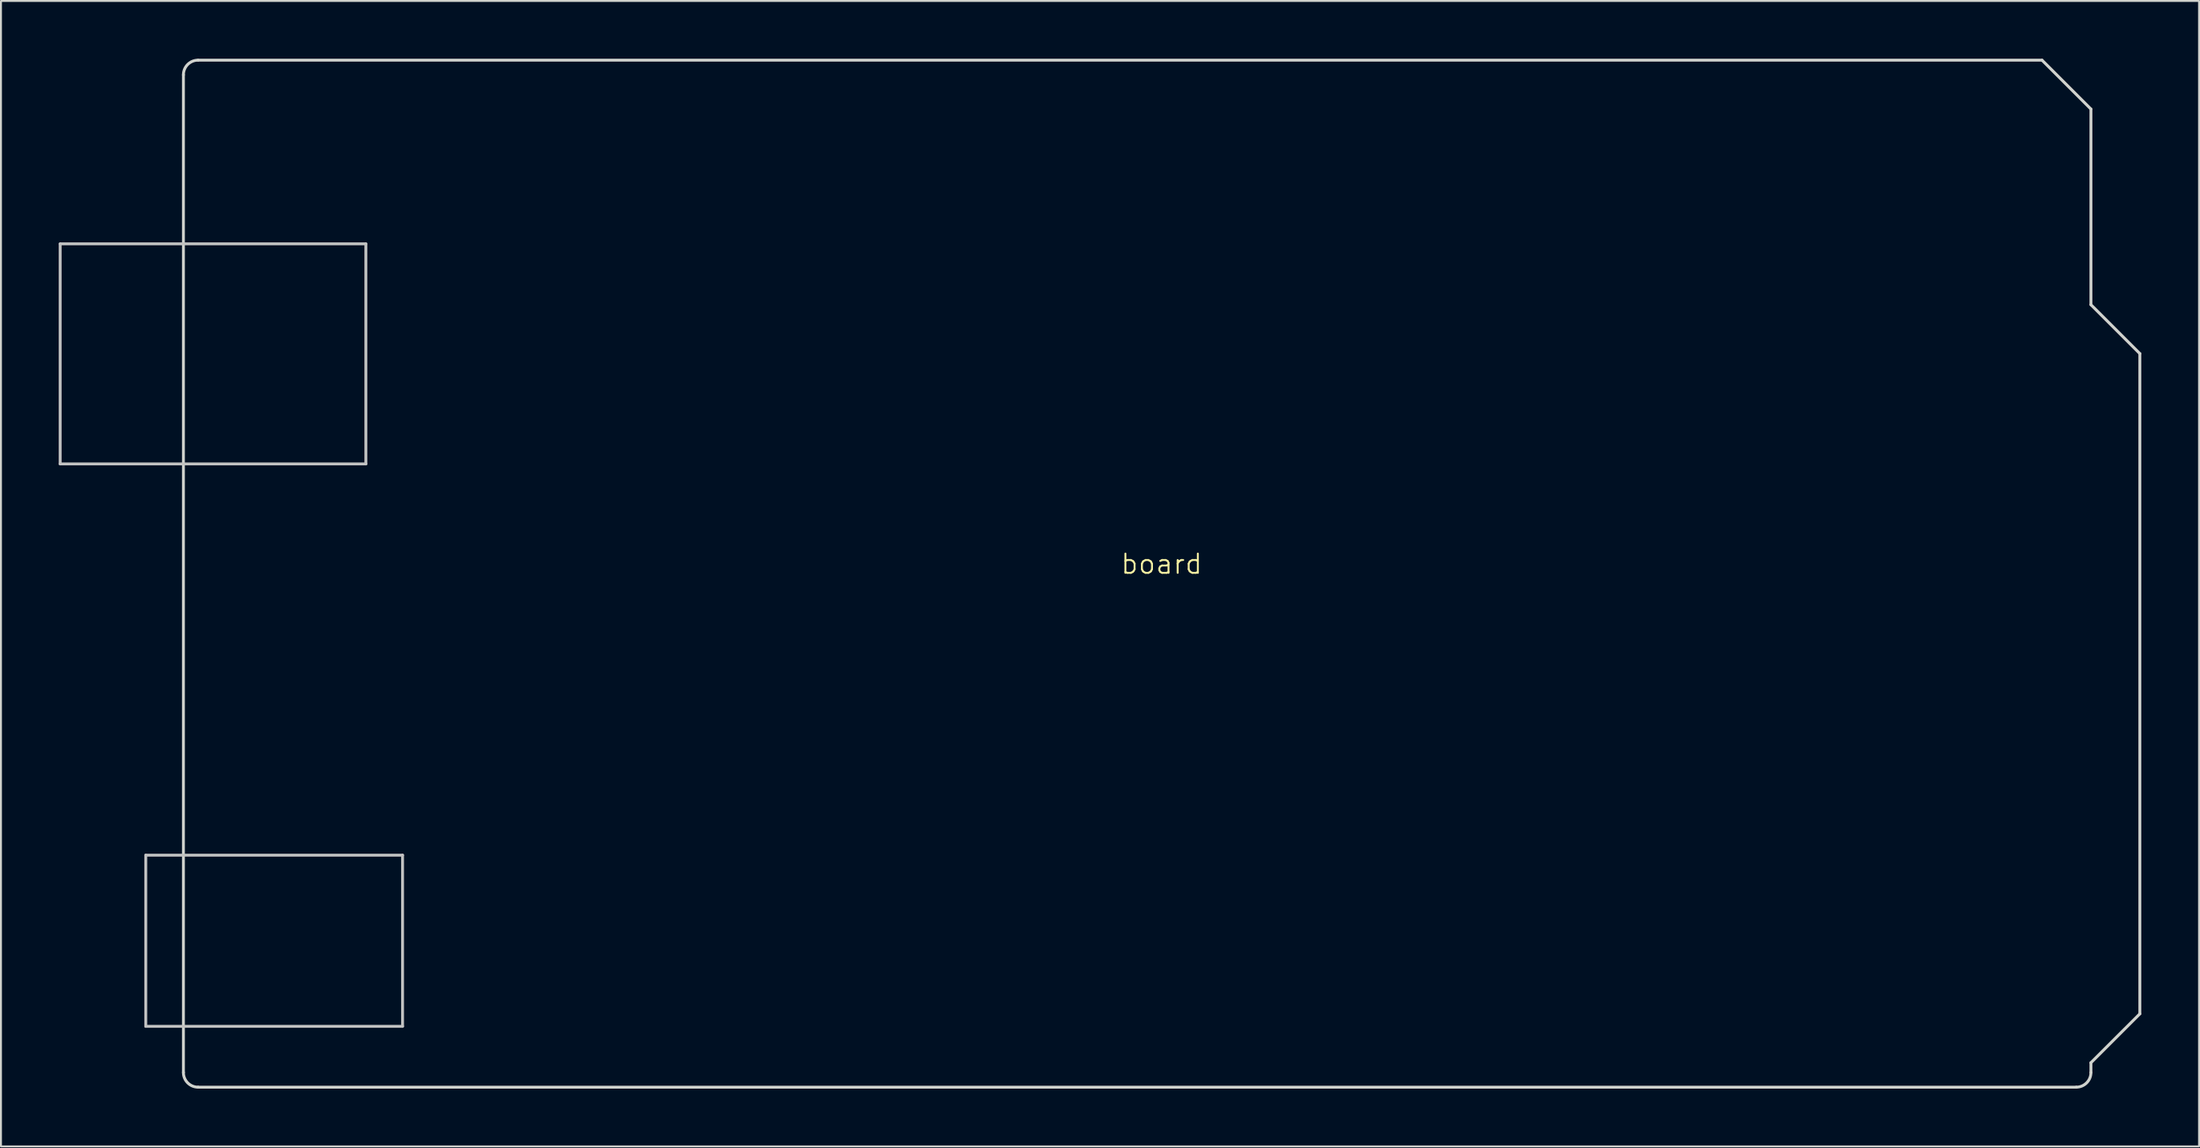
<source format=kicad_pcb>
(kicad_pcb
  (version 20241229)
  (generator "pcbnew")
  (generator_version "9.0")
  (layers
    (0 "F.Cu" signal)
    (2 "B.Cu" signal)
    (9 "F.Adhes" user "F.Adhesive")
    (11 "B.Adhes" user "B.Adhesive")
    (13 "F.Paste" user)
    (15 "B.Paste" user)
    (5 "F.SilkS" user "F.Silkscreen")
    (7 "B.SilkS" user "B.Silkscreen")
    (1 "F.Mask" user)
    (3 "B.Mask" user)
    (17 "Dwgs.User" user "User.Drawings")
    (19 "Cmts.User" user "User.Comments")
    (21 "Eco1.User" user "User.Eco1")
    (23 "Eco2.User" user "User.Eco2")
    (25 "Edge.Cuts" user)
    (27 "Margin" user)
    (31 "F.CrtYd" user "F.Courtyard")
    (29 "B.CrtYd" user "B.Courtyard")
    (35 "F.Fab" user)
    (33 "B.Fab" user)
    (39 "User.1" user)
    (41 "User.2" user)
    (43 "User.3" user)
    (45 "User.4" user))
  (footprint "board"
    (layer "F.Cu")
    (at 57.275 26.745)
    (property "Reference" "board" (at 0 -0.5 0) (unlocked yes) (layer "F.SilkS") (effects (font (size 1 1) (thickness 0.1))))
    (fp_line (start -57.2 -17.13) (end -41.325 -17.13) (stroke (width 0.15) (type solid)) (layer "Dwgs.User"))
    (fp_line (start -57.2 -5.7) (end -57.2 -17.13) (stroke (width 0.15) (type solid)) (layer "Dwgs.User"))
    (fp_line (start -52.755 14.62) (end -39.42 14.62) (stroke (width 0.15) (type solid)) (layer "Dwgs.User"))
    (fp_line (start -52.755 23.51) (end -52.755 14.62) (stroke (width 0.15) (type solid)) (layer "Dwgs.User"))
    (fp_line (start -41.325 -17.13) (end -41.325 -5.7) (stroke (width 0.15) (type solid)) (layer "Dwgs.User"))
    (fp_line (start -41.325 -5.7) (end -57.2 -5.7) (stroke (width 0.15) (type solid)) (layer "Dwgs.User"))
    (fp_line (start -39.42 14.62) (end -39.42 23.51) (stroke (width 0.15) (type solid)) (layer "Dwgs.User"))
    (fp_line (start -39.42 23.51) (end -52.755 23.51) (stroke (width 0.15) (type solid)) (layer "Dwgs.User"))
    (fp_line (start -50.8 25.908) (end -50.8 -25.908) (stroke (width 0.15) (type solid)) (layer "Edge.Cuts"))
    (fp_line (start -50.038 -26.67) (end 45.72 -26.67) (stroke (width 0.15) (type solid)) (layer "Edge.Cuts"))
    (fp_line (start 45.72 -26.67) (end 48.26 -24.13) (stroke (width 0.15) (type solid)) (layer "Edge.Cuts"))
    (fp_line (start 47.498 26.67) (end -50.038 26.67) (stroke (width 0.15) (type solid)) (layer "Edge.Cuts"))
    (fp_line (start 48.26 -24.13) (end 48.26 -13.97) (stroke (width 0.15) (type solid)) (layer "Edge.Cuts"))
    (fp_line (start 48.26 -13.97) (end 50.8 -11.43) (stroke (width 0.15) (type solid)) (layer "Edge.Cuts"))
    (fp_line (start 48.26 25.4) (end 48.26 25.908) (stroke (width 0.15) (type solid)) (layer "Edge.Cuts"))
    (fp_line (start 50.8 -11.43) (end 50.8 22.86) (stroke (width 0.15) (type solid)) (layer "Edge.Cuts"))
    (fp_line (start 50.8 22.86) (end 48.26 25.4) (stroke (width 0.15) (type solid)) (layer "Edge.Cuts"))
    (fp_arc (start -50.8 -25.908) (mid -50.576815 -26.446815) (end -50.038 -26.67) (stroke (width 0.15) (type solid)) (layer "Edge.Cuts"))
    (fp_arc (start -50.038 26.67) (mid -50.576815 26.446815) (end -50.8 25.908) (stroke (width 0.15) (type solid)) (layer "Edge.Cuts"))
    (fp_arc (start 48.26 25.908) (mid 48.036815 26.446815) (end 47.498 26.67) (stroke (width 0.15) (type solid)) (layer "Edge.Cuts")))
  (gr_rect
    (start -3 -3)
    (end 111.15 56.49)
    (stroke (width 0.1) (type default))
    (fill no)
    (layer "Edge.Cuts")))
</source>
